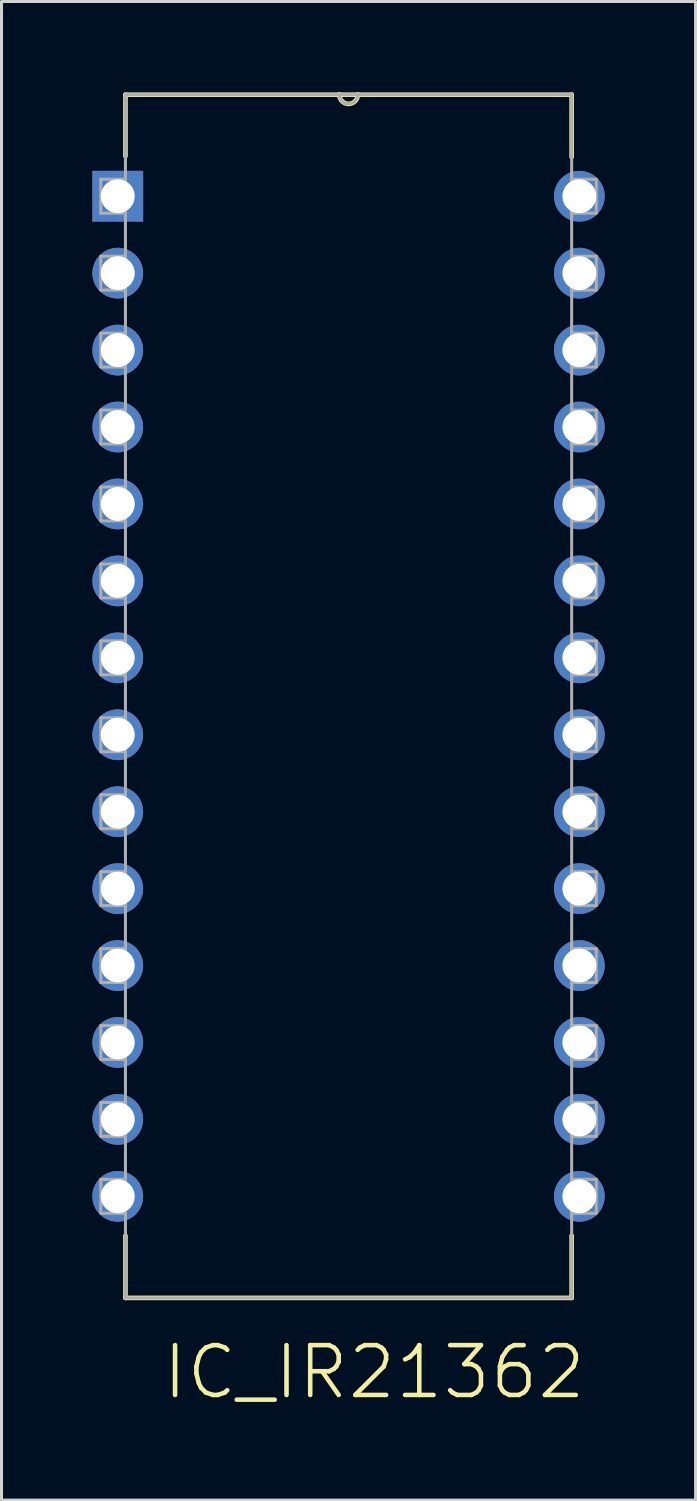
<source format=kicad_pcb>
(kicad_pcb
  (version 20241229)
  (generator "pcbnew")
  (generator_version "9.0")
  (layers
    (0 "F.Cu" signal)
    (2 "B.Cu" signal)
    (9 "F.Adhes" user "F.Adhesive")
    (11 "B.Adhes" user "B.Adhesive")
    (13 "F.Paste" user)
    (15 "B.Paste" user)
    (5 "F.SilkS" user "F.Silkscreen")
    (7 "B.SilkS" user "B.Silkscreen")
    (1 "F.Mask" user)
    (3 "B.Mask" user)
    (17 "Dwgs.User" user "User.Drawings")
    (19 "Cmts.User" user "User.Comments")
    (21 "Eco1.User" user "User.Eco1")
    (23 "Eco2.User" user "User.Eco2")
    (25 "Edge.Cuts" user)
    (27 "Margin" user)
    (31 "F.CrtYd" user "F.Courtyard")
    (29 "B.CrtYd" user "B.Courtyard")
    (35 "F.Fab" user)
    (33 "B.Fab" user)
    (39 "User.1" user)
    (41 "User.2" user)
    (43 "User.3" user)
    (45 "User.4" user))
  (footprint "IC_IR21362"
    (layer "F.Cu")
    (at 16.078 36.449)
    (property "Reference" "IC_IR21362" (at -6.772 5.804 0) (layer "F.SilkS") (effects (font (size 1.644 1.644) (thickness 0.15))))
    (attr through_hole)
    (fp_line (start -14.986 -36.373) (end -14.986 -34.341) (stroke (width 0.152) (type solid)) (layer "F.SilkS"))
    (fp_line (start -14.986 1.295) (end -14.986 3.353) (stroke (width 0.152) (type solid)) (layer "F.SilkS"))
    (fp_line (start -14.986 3.353) (end -0.254 3.353) (stroke (width 0.152) (type solid)) (layer "F.SilkS"))
    (fp_line (start -7.925 -36.373) (end -14.986 -36.373) (stroke (width 0.152) (type solid)) (layer "F.SilkS"))
    (fp_line (start -7.315 -36.373) (end -7.925 -36.373) (stroke (width 0.152) (type solid)) (layer "F.SilkS"))
    (fp_line (start -0.254 -36.373) (end -7.315 -36.373) (stroke (width 0.152) (type solid)) (layer "F.SilkS"))
    (fp_line (start -0.254 -34.315) (end -0.254 -36.373) (stroke (width 0.152) (type solid)) (layer "F.SilkS"))
    (fp_line (start -0.254 3.353) (end -0.254 1.295) (stroke (width 0.152) (type solid)) (layer "F.SilkS"))
    (fp_arc (start -7.3152 -36.3728) (mid -7.62 -36.068) (end -7.9248 -36.3728) (stroke (width 0.1524) (type solid)) (layer "F.SilkS"))
    (fp_line (start -15.799 -33.579) (end -15.799 -32.461) (stroke (width 0.1) (type solid)) (layer "F.Fab"))
    (fp_line (start -15.799 -32.461) (end -14.986 -32.461) (stroke (width 0.1) (type solid)) (layer "F.Fab"))
    (fp_line (start -15.799 -31.039) (end -15.799 -29.921) (stroke (width 0.1) (type solid)) (layer "F.Fab"))
    (fp_line (start -15.799 -29.921) (end -14.986 -29.921) (stroke (width 0.1) (type solid)) (layer "F.Fab"))
    (fp_line (start -15.799 -28.499) (end -15.799 -27.381) (stroke (width 0.1) (type solid)) (layer "F.Fab"))
    (fp_line (start -15.799 -27.381) (end -14.986 -27.381) (stroke (width 0.1) (type solid)) (layer "F.Fab"))
    (fp_line (start -15.799 -25.959) (end -15.799 -24.841) (stroke (width 0.1) (type solid)) (layer "F.Fab"))
    (fp_line (start -15.799 -24.841) (end -14.986 -24.841) (stroke (width 0.1) (type solid)) (layer "F.Fab"))
    (fp_line (start -15.799 -23.419) (end -15.799 -22.301) (stroke (width 0.1) (type solid)) (layer "F.Fab"))
    (fp_line (start -15.799 -22.301) (end -14.986 -22.301) (stroke (width 0.1) (type solid)) (layer "F.Fab"))
    (fp_line (start -15.799 -20.879) (end -15.799 -19.761) (stroke (width 0.1) (type solid)) (layer "F.Fab"))
    (fp_line (start -15.799 -19.761) (end -14.986 -19.761) (stroke (width 0.1) (type solid)) (layer "F.Fab"))
    (fp_line (start -15.799 -18.339) (end -15.799 -17.221) (stroke (width 0.1) (type solid)) (layer "F.Fab"))
    (fp_line (start -15.799 -17.221) (end -14.986 -17.221) (stroke (width 0.1) (type solid)) (layer "F.Fab"))
    (fp_line (start -15.799 -15.799) (end -15.799 -14.681) (stroke (width 0.1) (type solid)) (layer "F.Fab"))
    (fp_line (start -15.799 -14.681) (end -14.986 -14.681) (stroke (width 0.1) (type solid)) (layer "F.Fab"))
    (fp_line (start -15.799 -13.259) (end -15.799 -12.141) (stroke (width 0.1) (type solid)) (layer "F.Fab"))
    (fp_line (start -15.799 -12.141) (end -14.986 -12.141) (stroke (width 0.1) (type solid)) (layer "F.Fab"))
    (fp_line (start -15.799 -10.719) (end -15.799 -9.601) (stroke (width 0.1) (type solid)) (layer "F.Fab"))
    (fp_line (start -15.799 -9.601) (end -14.986 -9.601) (stroke (width 0.1) (type solid)) (layer "F.Fab"))
    (fp_line (start -15.799 -8.179) (end -15.799 -7.061) (stroke (width 0.1) (type solid)) (layer "F.Fab"))
    (fp_line (start -15.799 -7.061) (end -14.986 -7.061) (stroke (width 0.1) (type solid)) (layer "F.Fab"))
    (fp_line (start -15.799 -5.639) (end -15.799 -4.521) (stroke (width 0.1) (type solid)) (layer "F.Fab"))
    (fp_line (start -15.799 -4.521) (end -14.986 -4.521) (stroke (width 0.1) (type solid)) (layer "F.Fab"))
    (fp_line (start -15.799 -3.099) (end -15.799 -1.981) (stroke (width 0.1) (type solid)) (layer "F.Fab"))
    (fp_line (start -15.799 -1.981) (end -14.986 -1.981) (stroke (width 0.1) (type solid)) (layer "F.Fab"))
    (fp_line (start -15.799 -0.559) (end -15.799 0.559) (stroke (width 0.1) (type solid)) (layer "F.Fab"))
    (fp_line (start -15.799 0.559) (end -14.986 0.559) (stroke (width 0.1) (type solid)) (layer "F.Fab"))
    (fp_line (start -14.986 -36.373) (end -14.986 3.353) (stroke (width 0.1) (type solid)) (layer "F.Fab"))
    (fp_line (start -14.986 -33.579) (end -15.799 -33.579) (stroke (width 0.1) (type solid)) (layer "F.Fab"))
    (fp_line (start -14.986 -32.461) (end -14.986 -33.579) (stroke (width 0.1) (type solid)) (layer "F.Fab"))
    (fp_line (start -14.986 -31.039) (end -15.799 -31.039) (stroke (width 0.1) (type solid)) (layer "F.Fab"))
    (fp_line (start -14.986 -29.921) (end -14.986 -31.039) (stroke (width 0.1) (type solid)) (layer "F.Fab"))
    (fp_line (start -14.986 -28.499) (end -15.799 -28.499) (stroke (width 0.1) (type solid)) (layer "F.Fab"))
    (fp_line (start -14.986 -27.381) (end -14.986 -28.499) (stroke (width 0.1) (type solid)) (layer "F.Fab"))
    (fp_line (start -14.986 -25.959) (end -15.799 -25.959) (stroke (width 0.1) (type solid)) (layer "F.Fab"))
    (fp_line (start -14.986 -24.841) (end -14.986 -25.959) (stroke (width 0.1) (type solid)) (layer "F.Fab"))
    (fp_line (start -14.986 -23.419) (end -15.799 -23.419) (stroke (width 0.1) (type solid)) (layer "F.Fab"))
    (fp_line (start -14.986 -22.301) (end -14.986 -23.419) (stroke (width 0.1) (type solid)) (layer "F.Fab"))
    (fp_line (start -14.986 -20.879) (end -15.799 -20.879) (stroke (width 0.1) (type solid)) (layer "F.Fab"))
    (fp_line (start -14.986 -19.761) (end -14.986 -20.879) (stroke (width 0.1) (type solid)) (layer "F.Fab"))
    (fp_line (start -14.986 -18.339) (end -15.799 -18.339) (stroke (width 0.1) (type solid)) (layer "F.Fab"))
    (fp_line (start -14.986 -17.221) (end -14.986 -18.339) (stroke (width 0.1) (type solid)) (layer "F.Fab"))
    (fp_line (start -14.986 -15.799) (end -15.799 -15.799) (stroke (width 0.1) (type solid)) (layer "F.Fab"))
    (fp_line (start -14.986 -14.681) (end -14.986 -15.799) (stroke (width 0.1) (type solid)) (layer "F.Fab"))
    (fp_line (start -14.986 -13.259) (end -15.799 -13.259) (stroke (width 0.1) (type solid)) (layer "F.Fab"))
    (fp_line (start -14.986 -12.141) (end -14.986 -13.259) (stroke (width 0.1) (type solid)) (layer "F.Fab"))
    (fp_line (start -14.986 -10.719) (end -15.799 -10.719) (stroke (width 0.1) (type solid)) (layer "F.Fab"))
    (fp_line (start -14.986 -9.601) (end -14.986 -10.719) (stroke (width 0.1) (type solid)) (layer "F.Fab"))
    (fp_line (start -14.986 -8.179) (end -15.799 -8.179) (stroke (width 0.1) (type solid)) (layer "F.Fab"))
    (fp_line (start -14.986 -7.061) (end -14.986 -8.179) (stroke (width 0.1) (type solid)) (layer "F.Fab"))
    (fp_line (start -14.986 -5.639) (end -15.799 -5.639) (stroke (width 0.1) (type solid)) (layer "F.Fab"))
    (fp_line (start -14.986 -4.521) (end -14.986 -5.639) (stroke (width 0.1) (type solid)) (layer "F.Fab"))
    (fp_line (start -14.986 -3.099) (end -15.799 -3.099) (stroke (width 0.1) (type solid)) (layer "F.Fab"))
    (fp_line (start -14.986 -1.981) (end -14.986 -3.099) (stroke (width 0.1) (type solid)) (layer "F.Fab"))
    (fp_line (start -14.986 -0.559) (end -15.799 -0.559) (stroke (width 0.1) (type solid)) (layer "F.Fab"))
    (fp_line (start -14.986 0.559) (end -14.986 -0.559) (stroke (width 0.1) (type solid)) (layer "F.Fab"))
    (fp_line (start -14.986 3.353) (end -0.254 3.353) (stroke (width 0.1) (type solid)) (layer "F.Fab"))
    (fp_line (start -7.925 -36.373) (end -14.986 -36.373) (stroke (width 0.1) (type solid)) (layer "F.Fab"))
    (fp_line (start -7.315 -36.373) (end -7.925 -36.373) (stroke (width 0.1) (type solid)) (layer "F.Fab"))
    (fp_line (start -0.254 -36.373) (end -7.315 -36.373) (stroke (width 0.1) (type solid)) (layer "F.Fab"))
    (fp_line (start -0.254 -33.579) (end -0.254 -32.461) (stroke (width 0.1) (type solid)) (layer "F.Fab"))
    (fp_line (start -0.254 -32.461) (end 0.559 -32.461) (stroke (width 0.1) (type solid)) (layer "F.Fab"))
    (fp_line (start -0.254 -31.039) (end -0.254 -29.921) (stroke (width 0.1) (type solid)) (layer "F.Fab"))
    (fp_line (start -0.254 -29.921) (end 0.559 -29.921) (stroke (width 0.1) (type solid)) (layer "F.Fab"))
    (fp_line (start -0.254 -28.499) (end -0.254 -27.381) (stroke (width 0.1) (type solid)) (layer "F.Fab"))
    (fp_line (start -0.254 -27.381) (end 0.559 -27.381) (stroke (width 0.1) (type solid)) (layer "F.Fab"))
    (fp_line (start -0.254 -25.959) (end -0.254 -24.841) (stroke (width 0.1) (type solid)) (layer "F.Fab"))
    (fp_line (start -0.254 -24.841) (end 0.559 -24.841) (stroke (width 0.1) (type solid)) (layer "F.Fab"))
    (fp_line (start -0.254 -23.419) (end -0.254 -22.301) (stroke (width 0.1) (type solid)) (layer "F.Fab"))
    (fp_line (start -0.254 -22.301) (end 0.559 -22.301) (stroke (width 0.1) (type solid)) (layer "F.Fab"))
    (fp_line (start -0.254 -20.879) (end -0.254 -19.761) (stroke (width 0.1) (type solid)) (layer "F.Fab"))
    (fp_line (start -0.254 -19.761) (end 0.559 -19.761) (stroke (width 0.1) (type solid)) (layer "F.Fab"))
    (fp_line (start -0.254 -18.339) (end -0.254 -17.221) (stroke (width 0.1) (type solid)) (layer "F.Fab"))
    (fp_line (start -0.254 -17.221) (end 0.559 -17.221) (stroke (width 0.1) (type solid)) (layer "F.Fab"))
    (fp_line (start -0.254 -15.799) (end -0.254 -14.681) (stroke (width 0.1) (type solid)) (layer "F.Fab"))
    (fp_line (start -0.254 -14.681) (end 0.559 -14.681) (stroke (width 0.1) (type solid)) (layer "F.Fab"))
    (fp_line (start -0.254 -13.259) (end -0.254 -12.141) (stroke (width 0.1) (type solid)) (layer "F.Fab"))
    (fp_line (start -0.254 -12.141) (end 0.559 -12.141) (stroke (width 0.1) (type solid)) (layer "F.Fab"))
    (fp_line (start -0.254 -10.719) (end -0.254 -9.601) (stroke (width 0.1) (type solid)) (layer "F.Fab"))
    (fp_line (start -0.254 -9.601) (end 0.559 -9.601) (stroke (width 0.1) (type solid)) (layer "F.Fab"))
    (fp_line (start -0.254 -8.179) (end -0.254 -7.061) (stroke (width 0.1) (type solid)) (layer "F.Fab"))
    (fp_line (start -0.254 -7.061) (end 0.559 -7.061) (stroke (width 0.1) (type solid)) (layer "F.Fab"))
    (fp_line (start -0.254 -5.639) (end -0.254 -4.521) (stroke (width 0.1) (type solid)) (layer "F.Fab"))
    (fp_line (start -0.254 -4.521) (end 0.559 -4.521) (stroke (width 0.1) (type solid)) (layer "F.Fab"))
    (fp_line (start -0.254 -3.099) (end -0.254 -1.981) (stroke (width 0.1) (type solid)) (layer "F.Fab"))
    (fp_line (start -0.254 -1.981) (end 0.559 -1.981) (stroke (width 0.1) (type solid)) (layer "F.Fab"))
    (fp_line (start -0.254 -0.559) (end -0.254 0.559) (stroke (width 0.1) (type solid)) (layer "F.Fab"))
    (fp_line (start -0.254 0.559) (end 0.559 0.559) (stroke (width 0.1) (type solid)) (layer "F.Fab"))
    (fp_line (start -0.254 3.353) (end -0.254 -36.373) (stroke (width 0.1) (type solid)) (layer "F.Fab"))
    (fp_line (start 0.559 -33.579) (end -0.254 -33.579) (stroke (width 0.1) (type solid)) (layer "F.Fab"))
    (fp_line (start 0.559 -32.461) (end 0.559 -33.579) (stroke (width 0.1) (type solid)) (layer "F.Fab"))
    (fp_line (start 0.559 -31.039) (end -0.254 -31.039) (stroke (width 0.1) (type solid)) (layer "F.Fab"))
    (fp_line (start 0.559 -29.921) (end 0.559 -31.039) (stroke (width 0.1) (type solid)) (layer "F.Fab"))
    (fp_line (start 0.559 -28.499) (end -0.254 -28.499) (stroke (width 0.1) (type solid)) (layer "F.Fab"))
    (fp_line (start 0.559 -27.381) (end 0.559 -28.499) (stroke (width 0.1) (type solid)) (layer "F.Fab"))
    (fp_line (start 0.559 -25.959) (end -0.254 -25.959) (stroke (width 0.1) (type solid)) (layer "F.Fab"))
    (fp_line (start 0.559 -24.841) (end 0.559 -25.959) (stroke (width 0.1) (type solid)) (layer "F.Fab"))
    (fp_line (start 0.559 -23.419) (end -0.254 -23.419) (stroke (width 0.1) (type solid)) (layer "F.Fab"))
    (fp_line (start 0.559 -22.301) (end 0.559 -23.419) (stroke (width 0.1) (type solid)) (layer "F.Fab"))
    (fp_line (start 0.559 -20.879) (end -0.254 -20.879) (stroke (width 0.1) (type solid)) (layer "F.Fab"))
    (fp_line (start 0.559 -19.761) (end 0.559 -20.879) (stroke (width 0.1) (type solid)) (layer "F.Fab"))
    (fp_line (start 0.559 -18.339) (end -0.254 -18.339) (stroke (width 0.1) (type solid)) (layer "F.Fab"))
    (fp_line (start 0.559 -17.221) (end 0.559 -18.339) (stroke (width 0.1) (type solid)) (layer "F.Fab"))
    (fp_line (start 0.559 -15.799) (end -0.254 -15.799) (stroke (width 0.1) (type solid)) (layer "F.Fab"))
    (fp_line (start 0.559 -14.681) (end 0.559 -15.799) (stroke (width 0.1) (type solid)) (layer "F.Fab"))
    (fp_line (start 0.559 -13.259) (end -0.254 -13.259) (stroke (width 0.1) (type solid)) (layer "F.Fab"))
    (fp_line (start 0.559 -12.141) (end 0.559 -13.259) (stroke (width 0.1) (type solid)) (layer "F.Fab"))
    (fp_line (start 0.559 -10.719) (end -0.254 -10.719) (stroke (width 0.1) (type solid)) (layer "F.Fab"))
    (fp_line (start 0.559 -9.601) (end 0.559 -10.719) (stroke (width 0.1) (type solid)) (layer "F.Fab"))
    (fp_line (start 0.559 -8.179) (end -0.254 -8.179) (stroke (width 0.1) (type solid)) (layer "F.Fab"))
    (fp_line (start 0.559 -7.061) (end 0.559 -8.179) (stroke (width 0.1) (type solid)) (layer "F.Fab"))
    (fp_line (start 0.559 -5.639) (end -0.254 -5.639) (stroke (width 0.1) (type solid)) (layer "F.Fab"))
    (fp_line (start 0.559 -4.521) (end 0.559 -5.639) (stroke (width 0.1) (type solid)) (layer "F.Fab"))
    (fp_line (start 0.559 -3.099) (end -0.254 -3.099) (stroke (width 0.1) (type solid)) (layer "F.Fab"))
    (fp_line (start 0.559 -1.981) (end 0.559 -3.099) (stroke (width 0.1) (type solid)) (layer "F.Fab"))
    (fp_line (start 0.559 -0.559) (end -0.254 -0.559) (stroke (width 0.1) (type solid)) (layer "F.Fab"))
    (fp_line (start 0.559 0.559) (end 0.559 -0.559) (stroke (width 0.1) (type solid)) (layer "F.Fab"))
    (fp_arc (start -7.3152 -36.3728) (mid -7.62 -36.068) (end -7.9248 -36.3728) (stroke (width 0.1) (type solid)) (layer "F.Fab"))
    (pad "1" thru_hole rect (at -15.24 -33.02) (size 1.676 1.676) (drill 1.118) (layers "*.Cu" "*.Mask"))
    (pad "2" thru_hole circle (at -15.24 -30.48) (size 1.676 1.676) (drill 1.118) (layers "*.Cu" "*.Mask"))
    (pad "3" thru_hole circle (at -15.24 -27.94) (size 1.676 1.676) (drill 1.118) (layers "*.Cu" "*.Mask"))
    (pad "4" thru_hole circle (at -15.24 -25.4) (size 1.676 1.676) (drill 1.118) (layers "*.Cu" "*.Mask"))
    (pad "5" thru_hole circle (at -15.24 -22.86) (size 1.676 1.676) (drill 1.118) (layers "*.Cu" "*.Mask"))
    (pad "6" thru_hole circle (at -15.24 -20.32) (size 1.676 1.676) (drill 1.118) (layers "*.Cu" "*.Mask"))
    (pad "7" thru_hole circle (at -15.24 -17.78) (size 1.676 1.676) (drill 1.118) (layers "*.Cu" "*.Mask"))
    (pad "8" thru_hole circle (at -15.24 -15.24) (size 1.676 1.676) (drill 1.118) (layers "*.Cu" "*.Mask"))
    (pad "9" thru_hole circle (at -15.24 -12.7) (size 1.676 1.676) (drill 1.118) (layers "*.Cu" "*.Mask"))
    (pad "10" thru_hole circle (at -15.24 -10.16) (size 1.676 1.676) (drill 1.118) (layers "*.Cu" "*.Mask"))
    (pad "11" thru_hole circle (at -15.24 -7.62) (size 1.676 1.676) (drill 1.118) (layers "*.Cu" "*.Mask"))
    (pad "12" thru_hole circle (at -15.24 -5.08) (size 1.676 1.676) (drill 1.118) (layers "*.Cu" "*.Mask"))
    (pad "13" thru_hole circle (at -15.24 -2.54) (size 1.676 1.676) (drill 1.118) (layers "*.Cu" "*.Mask"))
    (pad "14" thru_hole circle (at -15.24 0) (size 1.676 1.676) (drill 1.118) (layers "*.Cu" "*.Mask"))
    (pad "15" thru_hole circle (at 0 0) (size 1.676 1.676) (drill 1.118) (layers "*.Cu" "*.Mask"))
    (pad "16" thru_hole circle (at 0 -2.54) (size 1.676 1.676) (drill 1.118) (layers "*.Cu" "*.Mask"))
    (pad "17" thru_hole circle (at 0 -5.08) (size 1.676 1.676) (drill 1.118) (layers "*.Cu" "*.Mask"))
    (pad "18" thru_hole circle (at 0 -7.62) (size 1.676 1.676) (drill 1.118) (layers "*.Cu" "*.Mask"))
    (pad "19" thru_hole circle (at 0 -10.16) (size 1.676 1.676) (drill 1.118) (layers "*.Cu" "*.Mask"))
    (pad "20" thru_hole circle (at 0 -12.7) (size 1.676 1.676) (drill 1.118) (layers "*.Cu" "*.Mask"))
    (pad "21" thru_hole circle (at 0 -15.24) (size 1.676 1.676) (drill 1.118) (layers "*.Cu" "*.Mask"))
    (pad "22" thru_hole circle (at 0 -17.78) (size 1.676 1.676) (drill 1.118) (layers "*.Cu" "*.Mask"))
    (pad "23" thru_hole circle (at 0 -20.32) (size 1.676 1.676) (drill 1.118) (layers "*.Cu" "*.Mask"))
    (pad "24" thru_hole circle (at 0 -22.86) (size 1.676 1.676) (drill 1.118) (layers "*.Cu" "*.Mask"))
    (pad "25" thru_hole circle (at 0 -25.4) (size 1.676 1.676) (drill 1.118) (layers "*.Cu" "*.Mask"))
    (pad "26" thru_hole circle (at 0 -27.94) (size 1.676 1.676) (drill 1.118) (layers "*.Cu" "*.Mask"))
    (pad "27" thru_hole circle (at 0 -30.48) (size 1.676 1.676) (drill 1.118) (layers "*.Cu" "*.Mask"))
    (pad "28" thru_hole circle (at 0 -33.02) (size 1.676 1.676) (drill 1.118) (layers "*.Cu" "*.Mask")))
  (gr_rect
    (start -3 -3)
    (end 19.916 46.478)
    (stroke (width 0.1) (type default))
    (fill no)
    (layer "Edge.Cuts")))
</source>
